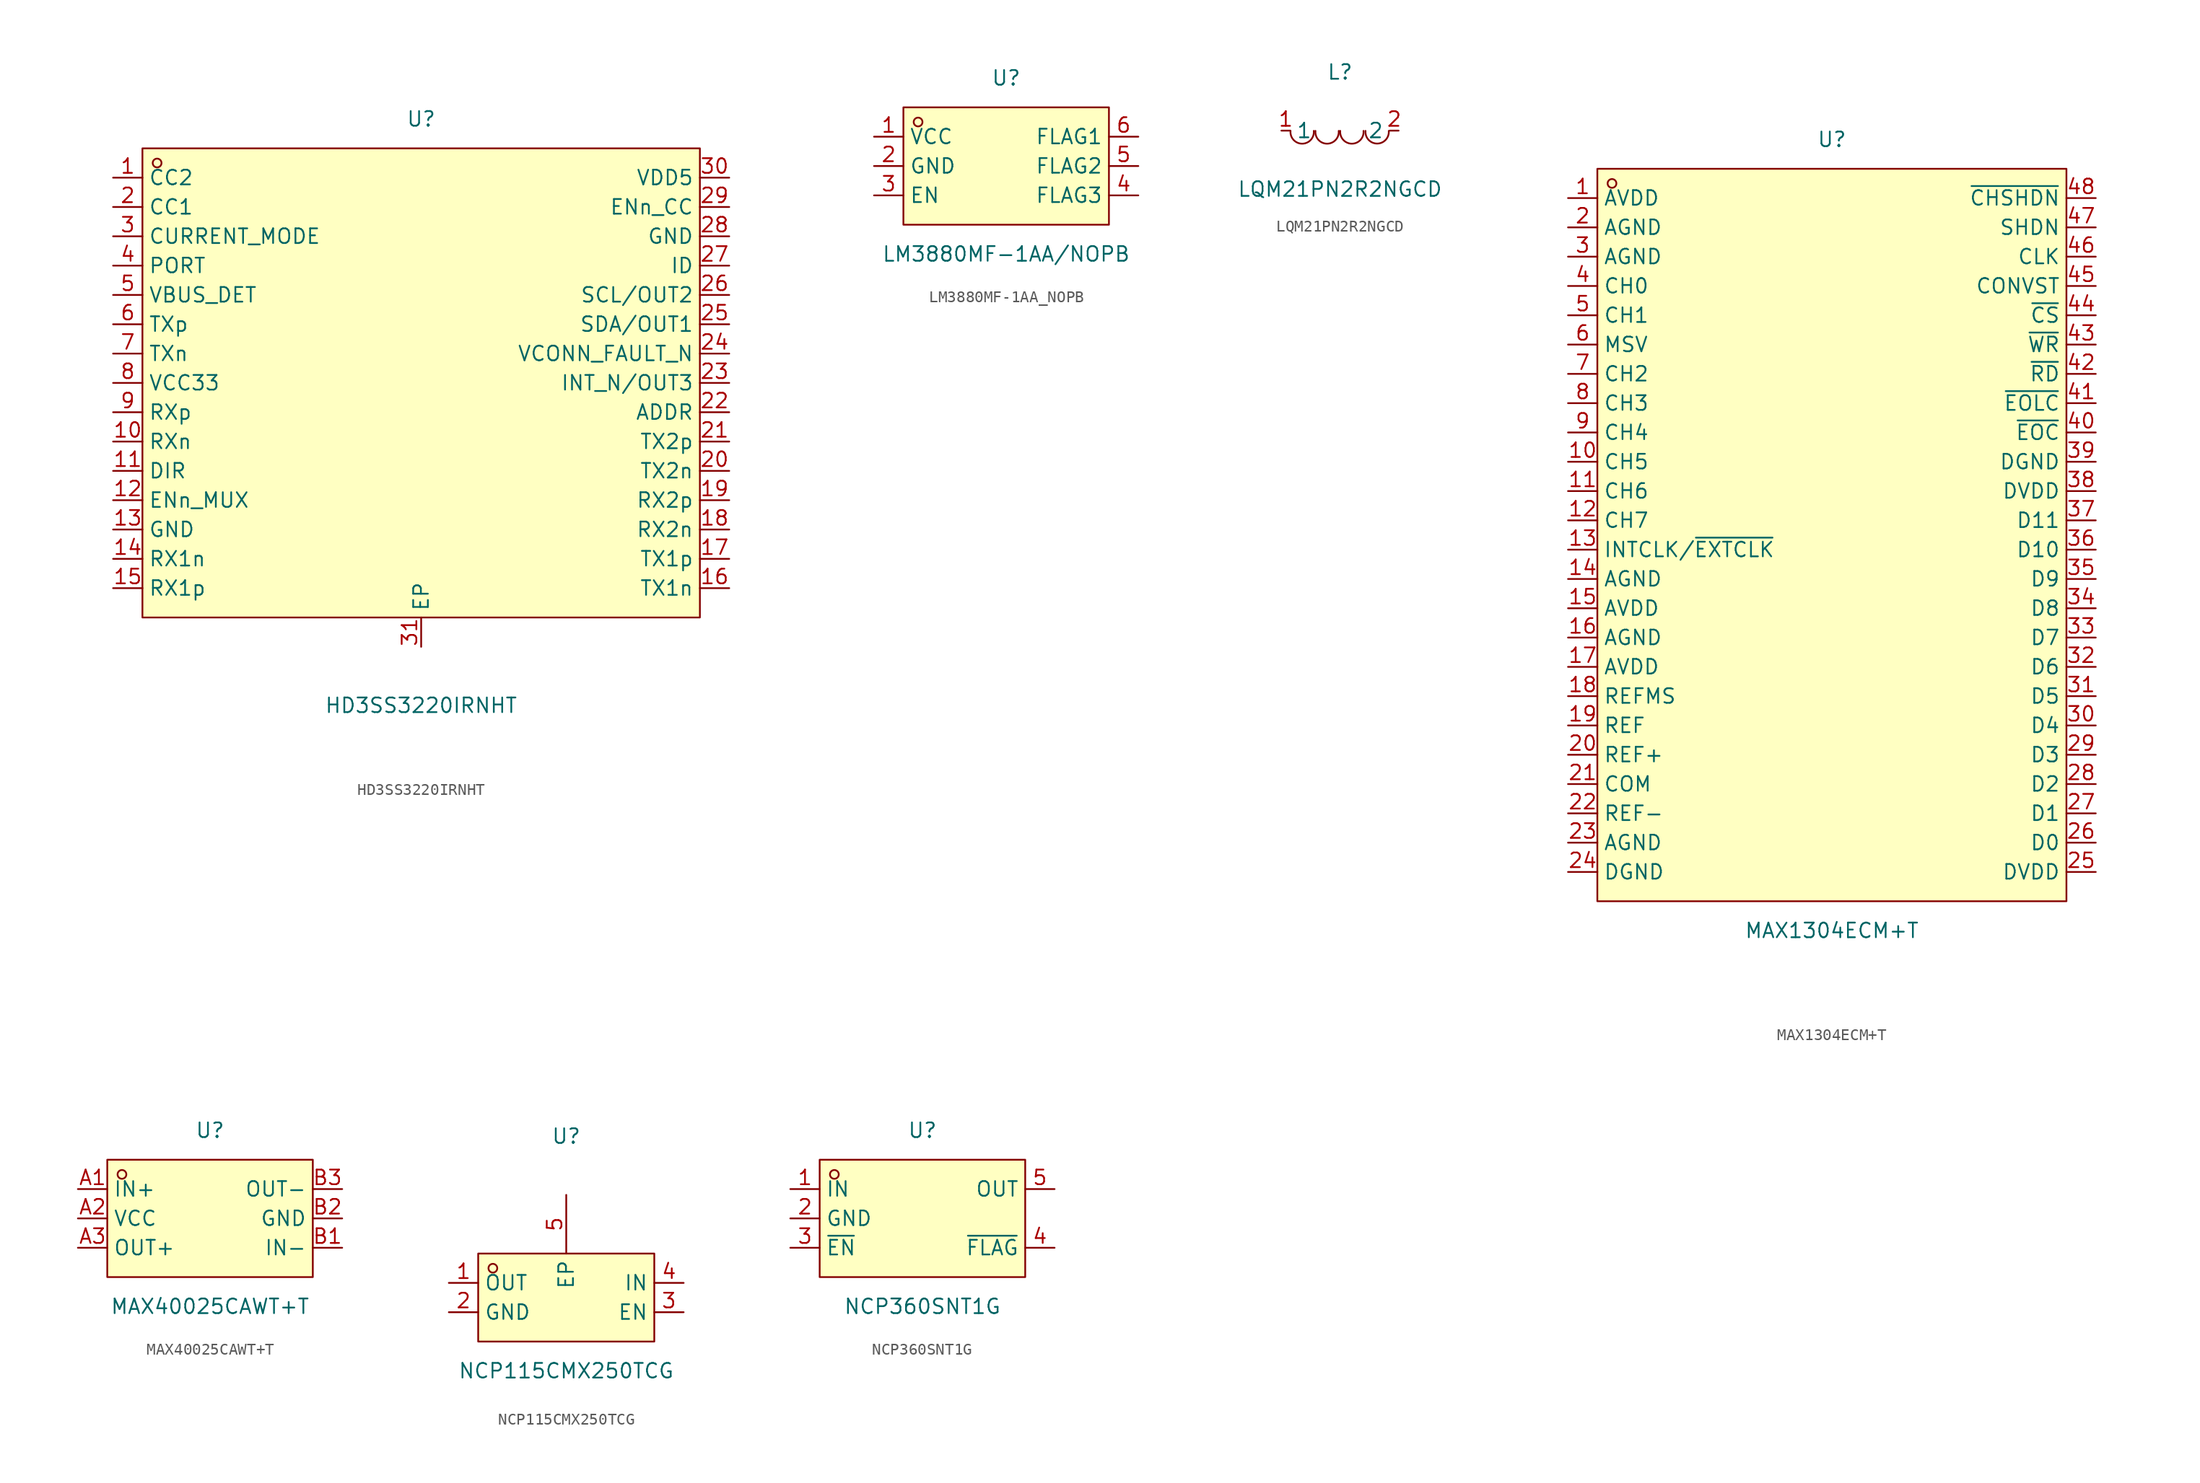
<source format=kicad_sym>
(kicad_symbol_lib
  (version 20241209)
  (generator "kicad_symbol_editor")
  (generator_version "9.0")
  (symbol "HD3SS3220IRNHT"
    (property "Reference" "U"
      (at 0 24.13 0)
      (effects (font (size 1.27 1.27))))
    (property "Value" "HD3SS3220IRNHT"
      (at 0 -26.67 0)
      (effects (font (size 1.27 1.27))))
    (symbol "HD3SS3220IRNHT_0_1"
      (rectangle (start -24.13 21.59) (end 24.13 -19.05) (stroke (width 0) (type default)) (fill (type background)))
      (circle (center -22.86 20.32) (radius 0.38) (stroke (width 0) (type default)) (fill (type none)))
      (pin unspecified line (at -26.67 19.05 0) (length 2.54) (name "CC2" (effects (font (size 1.27 1.27)))) (number "1" (effects (font (size 1.27 1.27)))))
      (pin unspecified line (at -26.67 16.51 0) (length 2.54) (name "CC1" (effects (font (size 1.27 1.27)))) (number "2" (effects (font (size 1.27 1.27)))))
      (pin unspecified line (at -26.67 13.97 0) (length 2.54) (name "CURRENT_MODE" (effects (font (size 1.27 1.27)))) (number "3" (effects (font (size 1.27 1.27)))))
      (pin unspecified line (at -26.67 11.43 0) (length 2.54) (name "PORT" (effects (font (size 1.27 1.27)))) (number "4" (effects (font (size 1.27 1.27)))))
      (pin unspecified line (at -26.67 8.89 0) (length 2.54) (name "VBUS_DET" (effects (font (size 1.27 1.27)))) (number "5" (effects (font (size 1.27 1.27)))))
      (pin unspecified line (at -26.67 6.35 0) (length 2.54) (name "TXp" (effects (font (size 1.27 1.27)))) (number "6" (effects (font (size 1.27 1.27)))))
      (pin unspecified line (at -26.67 3.81 0) (length 2.54) (name "TXn" (effects (font (size 1.27 1.27)))) (number "7" (effects (font (size 1.27 1.27)))))
      (pin unspecified line (at -26.67 1.27 0) (length 2.54) (name "VCC33" (effects (font (size 1.27 1.27)))) (number "8" (effects (font (size 1.27 1.27)))))
      (pin unspecified line (at -26.67 -1.27 0) (length 2.54) (name "RXp" (effects (font (size 1.27 1.27)))) (number "9" (effects (font (size 1.27 1.27)))))
      (pin unspecified line (at -26.67 -3.81 0) (length 2.54) (name "RXn" (effects (font (size 1.27 1.27)))) (number "10" (effects (font (size 1.27 1.27)))))
      (pin unspecified line (at -26.67 -6.35 0) (length 2.54) (name "DIR" (effects (font (size 1.27 1.27)))) (number "11" (effects (font (size 1.27 1.27)))))
      (pin unspecified line (at -26.67 -8.89 0) (length 2.54) (name "ENn_MUX" (effects (font (size 1.27 1.27)))) (number "12" (effects (font (size 1.27 1.27)))))
      (pin unspecified line (at -26.67 -11.43 0) (length 2.54) (name "GND" (effects (font (size 1.27 1.27)))) (number "13" (effects (font (size 1.27 1.27)))))
      (pin unspecified line (at -26.67 -13.97 0) (length 2.54) (name "RX1n" (effects (font (size 1.27 1.27)))) (number "14" (effects (font (size 1.27 1.27)))))
      (pin unspecified line (at -26.67 -16.51 0) (length 2.54) (name "RX1p" (effects (font (size 1.27 1.27)))) (number "15" (effects (font (size 1.27 1.27)))))
      (pin unspecified line (at 0 -21.59 90) (length 2.54) (name "EP" (effects (font (size 1.27 1.27)))) (number "31" (effects (font (size 1.27 1.27)))))
      (pin unspecified line (at 26.67 19.05 180) (length 2.54) (name "VDD5" (effects (font (size 1.27 1.27)))) (number "30" (effects (font (size 1.27 1.27)))))
      (pin unspecified line (at 26.67 16.51 180) (length 2.54) (name "ENn_CC" (effects (font (size 1.27 1.27)))) (number "29" (effects (font (size 1.27 1.27)))))
      (pin unspecified line (at 26.67 13.97 180) (length 2.54) (name "GND" (effects (font (size 1.27 1.27)))) (number "28" (effects (font (size 1.27 1.27)))))
      (pin unspecified line (at 26.67 11.43 180) (length 2.54) (name "ID" (effects (font (size 1.27 1.27)))) (number "27" (effects (font (size 1.27 1.27)))))
      (pin unspecified line (at 26.67 8.89 180) (length 2.54) (name "SCL/OUT2" (effects (font (size 1.27 1.27)))) (number "26" (effects (font (size 1.27 1.27)))))
      (pin unspecified line (at 26.67 6.35 180) (length 2.54) (name "SDA/OUT1" (effects (font (size 1.27 1.27)))) (number "25" (effects (font (size 1.27 1.27)))))
      (pin unspecified line (at 26.67 3.81 180) (length 2.54) (name "VCONN_FAULT_N" (effects (font (size 1.27 1.27)))) (number "24" (effects (font (size 1.27 1.27)))))
      (pin unspecified line (at 26.67 1.27 180) (length 2.54) (name "INT_N/OUT3" (effects (font (size 1.27 1.27)))) (number "23" (effects (font (size 1.27 1.27)))))
      (pin unspecified line (at 26.67 -1.27 180) (length 2.54) (name "ADDR" (effects (font (size 1.27 1.27)))) (number "22" (effects (font (size 1.27 1.27)))))
      (pin unspecified line (at 26.67 -3.81 180) (length 2.54) (name "TX2p" (effects (font (size 1.27 1.27)))) (number "21" (effects (font (size 1.27 1.27)))))
      (pin unspecified line (at 26.67 -6.35 180) (length 2.54) (name "TX2n" (effects (font (size 1.27 1.27)))) (number "20" (effects (font (size 1.27 1.27)))))
      (pin unspecified line (at 26.67 -8.89 180) (length 2.54) (name "RX2p" (effects (font (size 1.27 1.27)))) (number "19" (effects (font (size 1.27 1.27)))))
      (pin unspecified line (at 26.67 -11.43 180) (length 2.54) (name "RX2n" (effects (font (size 1.27 1.27)))) (number "18" (effects (font (size 1.27 1.27)))))
      (pin unspecified line (at 26.67 -13.97 180) (length 2.54) (name "TX1p" (effects (font (size 1.27 1.27)))) (number "17" (effects (font (size 1.27 1.27)))))
      (pin unspecified line (at 26.67 -16.51 180) (length 2.54) (name "TX1n" (effects (font (size 1.27 1.27)))) (number "16" (effects (font (size 1.27 1.27)))))))
  (symbol "LM3880MF-1AA_NOPB"
    (property "Reference" "U"
      (at 0 7.62 0)
      (effects (font (size 1.27 1.27))))
    (property "Value" "LM3880MF-1AA/NOPB"
      (at 0 -7.62 0)
      (effects (font (size 1.27 1.27))))
    (symbol "LM3880MF-1AA_NOPB_0_1"
      (rectangle (start -8.89 5.08) (end 8.89 -5.08) (stroke (width 0) (type default) (color 0 0 0 0)) (fill (type background)))
      (circle (center -7.62 3.81) (radius 0.38) (stroke (width 0) (type default) (color 0 0 0 0)) (fill (type none)))
      (pin unspecified line (at -11.43 2.54 0) (length 2.54) (name "VCC" (effects (font (size 1.27 1.27)))) (number "1" (effects (font (size 1.27 1.27)))))
      (pin unspecified line (at -11.43 -0.00 0) (length 2.54) (name "GND" (effects (font (size 1.27 1.27)))) (number "2" (effects (font (size 1.27 1.27)))))
      (pin unspecified line (at -11.43 -2.54 0) (length 2.54) (name "EN" (effects (font (size 1.27 1.27)))) (number "3" (effects (font (size 1.27 1.27)))))
      (pin unspecified line (at 11.43 -2.54 180) (length 2.54) (name "FLAG3" (effects (font (size 1.27 1.27)))) (number "4" (effects (font (size 1.27 1.27)))))
      (pin unspecified line (at 11.43 -0.00 180) (length 2.54) (name "FLAG2" (effects (font (size 1.27 1.27)))) (number "5" (effects (font (size 1.27 1.27)))))
      (pin unspecified line (at 11.43 2.54 180) (length 2.54) (name "FLAG1" (effects (font (size 1.27 1.27)))) (number "6" (effects (font (size 1.27 1.27)))))))
  (symbol "LQM21PN2R2NGCD"
    (property "Reference" "L"
      (at 0 5.08 0)
      (effects (font (size 1.27 1.27))))
    (property "Value" "LQM21PN2R2NGCD"
      (at 0 -5.08 0)
      (effects (font (size 1.27 1.27))))
    (symbol "LQM21PN2R2NGCD_0_1"
      (arc (start -2.27 -0.02) (mid -3.28 -1.1324) (end -4.29 -0.02) (stroke (width 0) (type default)) (fill (type none)))
      (arc (start -0.11 -0.02) (mid -1.12 -1.1324) (end -2.13 -0.02) (stroke (width 0) (type default)) (fill (type none)))
      (arc (start 2.04 -0.02) (mid 1.03 -1.1324) (end 0.02 -0.02) (stroke (width 0) (type default)) (fill (type none)))
      (arc (start 4.23 -0.02) (mid 3.22 -1.1231) (end 2.21 -0.02) (stroke (width 0) (type default)) (fill (type none)))
      (pin unspecified line (at -5.08 0 0) (length 0.762) (name "1" (effects (font (size 1.27 1.27)))) (number "1" (effects (font (size 1.27 1.27)))))
      (pin unspecified line (at 5.08 0 180) (length 0.762) (name "2" (effects (font (size 1.27 1.27)))) (number "2" (effects (font (size 1.27 1.27)))))))
  (symbol "MAX1304ECM+T"
    (property "Reference" "U"
      (at 0 34.29 0)
      (effects (font (size 1.27 1.27))))
    (property "Value" "MAX1304ECM+T"
      (at 0 -34.29 0)
      (effects (font (size 1.27 1.27))))
    (symbol "MAX1304ECM+T_0_1"
      (rectangle (start -20.32 31.75) (end 20.32 -31.75) (stroke (width 0) (type default)) (fill (type background)))
      (circle (center -19.05 30.48) (radius 0.38) (stroke (width 0) (type default)) (fill (type none)))
      (pin unspecified line (at -22.86 29.21 0) (length 2.54) (name "AVDD" (effects (font (size 1.27 1.27)))) (number "1" (effects (font (size 1.27 1.27)))))
      (pin unspecified line (at -22.86 26.67 0) (length 2.54) (name "AGND" (effects (font (size 1.27 1.27)))) (number "2" (effects (font (size 1.27 1.27)))))
      (pin unspecified line (at -22.86 24.13 0) (length 2.54) (name "AGND" (effects (font (size 1.27 1.27)))) (number "3" (effects (font (size 1.27 1.27)))))
      (pin unspecified line (at -22.86 21.59 0) (length 2.54) (name "CH0" (effects (font (size 1.27 1.27)))) (number "4" (effects (font (size 1.27 1.27)))))
      (pin unspecified line (at -22.86 19.05 0) (length 2.54) (name "CH1" (effects (font (size 1.27 1.27)))) (number "5" (effects (font (size 1.27 1.27)))))
      (pin unspecified line (at -22.86 16.51 0) (length 2.54) (name "MSV" (effects (font (size 1.27 1.27)))) (number "6" (effects (font (size 1.27 1.27)))))
      (pin unspecified line (at -22.86 13.97 0) (length 2.54) (name "CH2" (effects (font (size 1.27 1.27)))) (number "7" (effects (font (size 1.27 1.27)))))
      (pin unspecified line (at -22.86 11.43 0) (length 2.54) (name "CH3" (effects (font (size 1.27 1.27)))) (number "8" (effects (font (size 1.27 1.27)))))
      (pin unspecified line (at -22.86 8.89 0) (length 2.54) (name "CH4" (effects (font (size 1.27 1.27)))) (number "9" (effects (font (size 1.27 1.27)))))
      (pin unspecified line (at -22.86 6.35 0) (length 2.54) (name "CH5" (effects (font (size 1.27 1.27)))) (number "10" (effects (font (size 1.27 1.27)))))
      (pin unspecified line (at -22.86 3.81 0) (length 2.54) (name "CH6" (effects (font (size 1.27 1.27)))) (number "11" (effects (font (size 1.27 1.27)))))
      (pin unspecified line (at -22.86 1.27 0) (length 2.54) (name "CH7" (effects (font (size 1.27 1.27)))) (number "12" (effects (font (size 1.27 1.27)))))
      (pin unspecified line (at -22.86 -1.27 0) (length 2.54) (name "INTCLK/~{EXTCLK}" (effects (font (size 1.27 1.27)))) (number "13" (effects (font (size 1.27 1.27)))))
      (pin unspecified line (at -22.86 -3.81 0) (length 2.54) (name "AGND" (effects (font (size 1.27 1.27)))) (number "14" (effects (font (size 1.27 1.27)))))
      (pin unspecified line (at -22.86 -6.35 0) (length 2.54) (name "AVDD" (effects (font (size 1.27 1.27)))) (number "15" (effects (font (size 1.27 1.27)))))
      (pin unspecified line (at -22.86 -8.89 0) (length 2.54) (name "AGND" (effects (font (size 1.27 1.27)))) (number "16" (effects (font (size 1.27 1.27)))))
      (pin unspecified line (at -22.86 -11.43 0) (length 2.54) (name "AVDD" (effects (font (size 1.27 1.27)))) (number "17" (effects (font (size 1.27 1.27)))))
      (pin unspecified line (at -22.86 -13.97 0) (length 2.54) (name "REFMS" (effects (font (size 1.27 1.27)))) (number "18" (effects (font (size 1.27 1.27)))))
      (pin unspecified line (at -22.86 -16.51 0) (length 2.54) (name "REF" (effects (font (size 1.27 1.27)))) (number "19" (effects (font (size 1.27 1.27)))))
      (pin unspecified line (at -22.86 -19.05 0) (length 2.54) (name "REF+" (effects (font (size 1.27 1.27)))) (number "20" (effects (font (size 1.27 1.27)))))
      (pin unspecified line (at -22.86 -21.59 0) (length 2.54) (name "COM" (effects (font (size 1.27 1.27)))) (number "21" (effects (font (size 1.27 1.27)))))
      (pin unspecified line (at -22.86 -24.13 0) (length 2.54) (name "REF-" (effects (font (size 1.27 1.27)))) (number "22" (effects (font (size 1.27 1.27)))))
      (pin unspecified line (at -22.86 -26.67 0) (length 2.54) (name "AGND" (effects (font (size 1.27 1.27)))) (number "23" (effects (font (size 1.27 1.27)))))
      (pin unspecified line (at -22.86 -29.21 0) (length 2.54) (name "DGND" (effects (font (size 1.27 1.27)))) (number "24" (effects (font (size 1.27 1.27)))))
      (pin unspecified line (at 22.86 29.21 180) (length 2.54) (name "~{CHSHDN}" (effects (font (size 1.27 1.27)))) (number "48" (effects (font (size 1.27 1.27)))))
      (pin unspecified line (at 22.86 26.67 180) (length 2.54) (name "SHDN" (effects (font (size 1.27 1.27)))) (number "47" (effects (font (size 1.27 1.27)))))
      (pin unspecified line (at 22.86 24.13 180) (length 2.54) (name "CLK" (effects (font (size 1.27 1.27)))) (number "46" (effects (font (size 1.27 1.27)))))
      (pin unspecified line (at 22.86 21.59 180) (length 2.54) (name "CONVST" (effects (font (size 1.27 1.27)))) (number "45" (effects (font (size 1.27 1.27)))))
      (pin unspecified line (at 22.86 19.05 180) (length 2.54) (name "~{CS}" (effects (font (size 1.27 1.27)))) (number "44" (effects (font (size 1.27 1.27)))))
      (pin unspecified line (at 22.86 16.51 180) (length 2.54) (name "~{WR}" (effects (font (size 1.27 1.27)))) (number "43" (effects (font (size 1.27 1.27)))))
      (pin unspecified line (at 22.86 13.97 180) (length 2.54) (name "~{RD}" (effects (font (size 1.27 1.27)))) (number "42" (effects (font (size 1.27 1.27)))))
      (pin unspecified line (at 22.86 11.43 180) (length 2.54) (name "~{EOLC}" (effects (font (size 1.27 1.27)))) (number "41" (effects (font (size 1.27 1.27)))))
      (pin unspecified line (at 22.86 8.89 180) (length 2.54) (name "~{EOC}" (effects (font (size 1.27 1.27)))) (number "40" (effects (font (size 1.27 1.27)))))
      (pin unspecified line (at 22.86 6.35 180) (length 2.54) (name "DGND" (effects (font (size 1.27 1.27)))) (number "39" (effects (font (size 1.27 1.27)))))
      (pin unspecified line (at 22.86 3.81 180) (length 2.54) (name "DVDD" (effects (font (size 1.27 1.27)))) (number "38" (effects (font (size 1.27 1.27)))))
      (pin unspecified line (at 22.86 1.27 180) (length 2.54) (name "D11" (effects (font (size 1.27 1.27)))) (number "37" (effects (font (size 1.27 1.27)))))
      (pin unspecified line (at 22.86 -1.27 180) (length 2.54) (name "D10" (effects (font (size 1.27 1.27)))) (number "36" (effects (font (size 1.27 1.27)))))
      (pin unspecified line (at 22.86 -3.81 180) (length 2.54) (name "D9" (effects (font (size 1.27 1.27)))) (number "35" (effects (font (size 1.27 1.27)))))
      (pin unspecified line (at 22.86 -6.35 180) (length 2.54) (name "D8" (effects (font (size 1.27 1.27)))) (number "34" (effects (font (size 1.27 1.27)))))
      (pin unspecified line (at 22.86 -8.89 180) (length 2.54) (name "D7" (effects (font (size 1.27 1.27)))) (number "33" (effects (font (size 1.27 1.27)))))
      (pin unspecified line (at 22.86 -11.43 180) (length 2.54) (name "D6" (effects (font (size 1.27 1.27)))) (number "32" (effects (font (size 1.27 1.27)))))
      (pin unspecified line (at 22.86 -13.97 180) (length 2.54) (name "D5" (effects (font (size 1.27 1.27)))) (number "31" (effects (font (size 1.27 1.27)))))
      (pin unspecified line (at 22.86 -16.51 180) (length 2.54) (name "D4" (effects (font (size 1.27 1.27)))) (number "30" (effects (font (size 1.27 1.27)))))
      (pin unspecified line (at 22.86 -19.05 180) (length 2.54) (name "D3" (effects (font (size 1.27 1.27)))) (number "29" (effects (font (size 1.27 1.27)))))
      (pin unspecified line (at 22.86 -21.59 180) (length 2.54) (name "D2" (effects (font (size 1.27 1.27)))) (number "28" (effects (font (size 1.27 1.27)))))
      (pin unspecified line (at 22.86 -24.13 180) (length 2.54) (name "D1" (effects (font (size 1.27 1.27)))) (number "27" (effects (font (size 1.27 1.27)))))
      (pin unspecified line (at 22.86 -26.67 180) (length 2.54) (name "D0" (effects (font (size 1.27 1.27)))) (number "26" (effects (font (size 1.27 1.27)))))
      (pin unspecified line (at 22.86 -29.21 180) (length 2.54) (name "DVDD" (effects (font (size 1.27 1.27)))) (number "25" (effects (font (size 1.27 1.27)))))))
  (symbol "MAX40025CAWT+T"
    (property "Reference" "U"
      (at 0 7.62 0)
      (effects (font (size 1.27 1.27))))
    (property "Value" "MAX40025CAWT+T"
      (at 0 -7.62 0)
      (effects (font (size 1.27 1.27))))
    (symbol "MAX40025CAWT+T_0_1"
      (rectangle (start -8.89 5.08) (end 8.89 -5.08) (stroke (width 0) (type default)) (fill (type background)))
      (circle (center -7.62 3.81) (radius 0.38) (stroke (width 0) (type default)) (fill (type none)))
      (pin unspecified line (at -11.43 2.54 0) (length 2.54) (name "IN+" (effects (font (size 1.27 1.27)))) (number "A1" (effects (font (size 1.27 1.27)))))
      (pin unspecified line (at -11.43 0 0) (length 2.54) (name "VCC" (effects (font (size 1.27 1.27)))) (number "A2" (effects (font (size 1.27 1.27)))))
      (pin unspecified line (at -11.43 -2.54 0) (length 2.54) (name "OUT+" (effects (font (size 1.27 1.27)))) (number "A3" (effects (font (size 1.27 1.27)))))
      (pin unspecified line (at 11.43 2.54 180) (length 2.54) (name "OUT-" (effects (font (size 1.27 1.27)))) (number "B3" (effects (font (size 1.27 1.27)))))
      (pin unspecified line (at 11.43 0 180) (length 2.54) (name "GND" (effects (font (size 1.27 1.27)))) (number "B2" (effects (font (size 1.27 1.27)))))
      (pin unspecified line (at 11.43 -2.54 180) (length 2.54) (name "IN-" (effects (font (size 1.27 1.27)))) (number "B1" (effects (font (size 1.27 1.27)))))))
  (symbol "NCP115CMX250TCG"
    (property "Reference" "U"
      (at 0 12.7 0)
      (effects (font (size 1.27 1.27))))
    (property "Value" "NCP115CMX250TCG"
      (at 0 -7.62 0)
      (effects (font (size 1.27 1.27))))
    (symbol "NCP115CMX250TCG_0_1"
      (rectangle (start -7.62 2.54) (end 7.62 -5.08) (stroke (width 0) (type default)) (fill (type background)))
      (circle (center -6.35 1.27) (radius 0.38) (stroke (width 0) (type default)) (fill (type none)))
      (pin unspecified line (at -10.16 0 0) (length 2.54) (name "OUT" (effects (font (size 1.27 1.27)))) (number "1" (effects (font (size 1.27 1.27)))))
      (pin unspecified line (at -10.16 -2.54 0) (length 2.54) (name "GND" (effects (font (size 1.27 1.27)))) (number "2" (effects (font (size 1.27 1.27)))))
      (pin unspecified line (at 0 7.62 270) (length 5.08) (name "EP" (effects (font (size 1.27 1.27)))) (number "5" (effects (font (size 1.27 1.27)))))
      (pin unspecified line (at 10.16 0 180) (length 2.54) (name "IN" (effects (font (size 1.27 1.27)))) (number "4" (effects (font (size 1.27 1.27)))))
      (pin unspecified line (at 10.16 -2.54 180) (length 2.54) (name "EN" (effects (font (size 1.27 1.27)))) (number "3" (effects (font (size 1.27 1.27)))))))
  (symbol "NCP360SNT1G"
    (property "Reference" "U"
      (at 0 7.62 0)
      (effects (font (size 1.27 1.27))))
    (property "Value" "NCP360SNT1G"
      (at 0 -7.62 0)
      (effects (font (size 1.27 1.27))))
    (symbol "NCP360SNT1G_0_1"
      (rectangle (start -8.89 5.08) (end 8.89 -5.08) (stroke (width 0) (type default)) (fill (type background)))
      (circle (center -7.62 3.81) (radius 0.38) (stroke (width 0) (type default)) (fill (type none)))
      (pin unspecified line (at -11.43 2.54 0) (length 2.54) (name "IN" (effects (font (size 1.27 1.27)))) (number "1" (effects (font (size 1.27 1.27)))))
      (pin unspecified line (at -11.43 0 0) (length 2.54) (name "GND" (effects (font (size 1.27 1.27)))) (number "2" (effects (font (size 1.27 1.27)))))
      (pin unspecified line (at -11.43 -2.54 0) (length 2.54) (name "~{EN}" (effects (font (size 1.27 1.27)))) (number "3" (effects (font (size 1.27 1.27)))))
      (pin unspecified line (at 11.43 2.54 180) (length 2.54) (name "OUT" (effects (font (size 1.27 1.27)))) (number "5" (effects (font (size 1.27 1.27)))))
      (pin unspecified line (at 11.43 -2.54 180) (length 2.54) (name "~{FLAG}" (effects (font (size 1.27 1.27)))) (number "4" (effects (font (size 1.27 1.27))))))))
</source>
